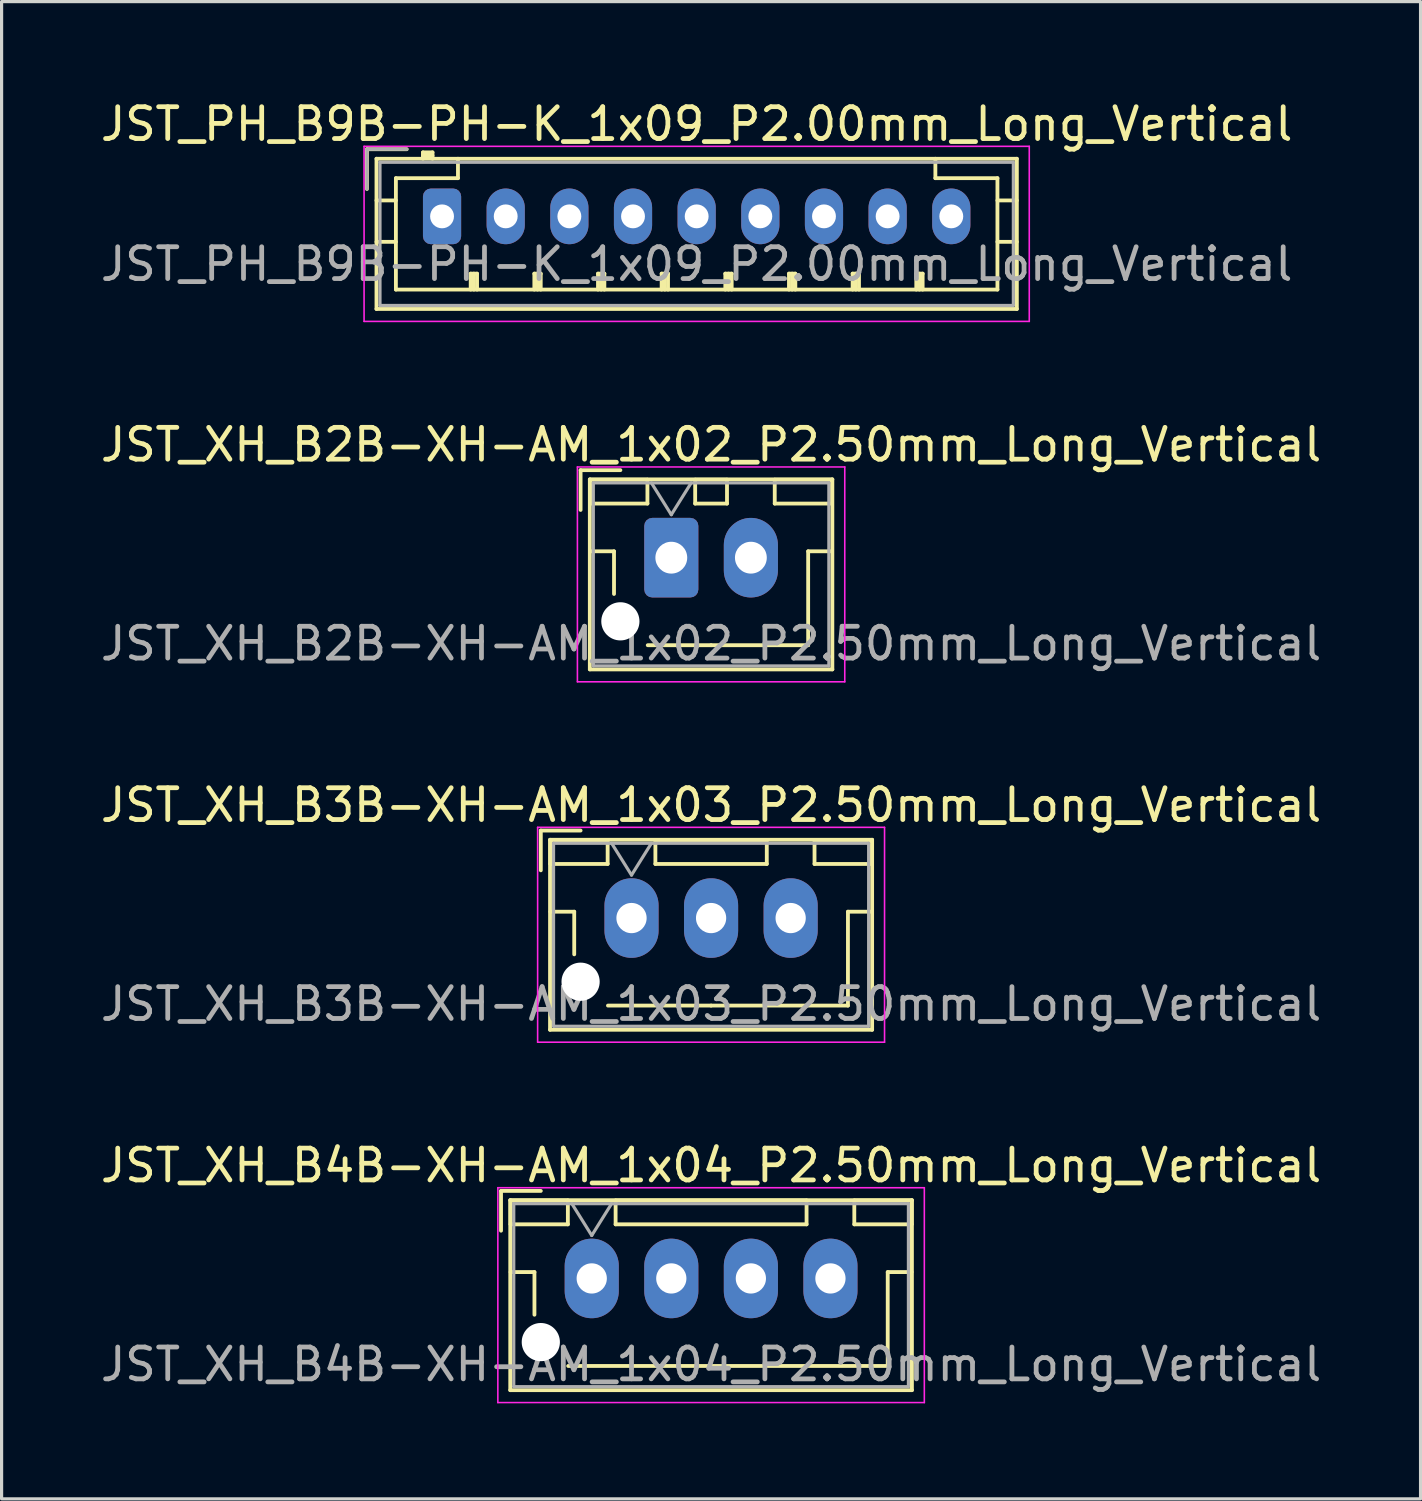
<source format=kicad_pcb>
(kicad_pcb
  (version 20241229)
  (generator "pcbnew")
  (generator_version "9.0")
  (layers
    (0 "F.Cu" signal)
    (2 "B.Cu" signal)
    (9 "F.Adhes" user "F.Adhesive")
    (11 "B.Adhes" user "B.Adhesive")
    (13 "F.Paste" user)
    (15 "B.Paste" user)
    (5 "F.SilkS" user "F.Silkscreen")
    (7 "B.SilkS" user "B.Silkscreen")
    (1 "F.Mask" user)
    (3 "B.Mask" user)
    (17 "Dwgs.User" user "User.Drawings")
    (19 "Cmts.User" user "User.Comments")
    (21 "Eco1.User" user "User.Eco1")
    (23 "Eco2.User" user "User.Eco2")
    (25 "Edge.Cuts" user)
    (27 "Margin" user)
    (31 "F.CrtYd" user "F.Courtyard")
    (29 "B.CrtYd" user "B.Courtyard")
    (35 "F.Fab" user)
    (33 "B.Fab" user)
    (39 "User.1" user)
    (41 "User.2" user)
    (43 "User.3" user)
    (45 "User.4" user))
  (footprint "JST_XH_B4B-XH-AM_1x04_P2.50mm_Long_Vertical"
    (layer "F.Cu")
    (at 15.542 37.118)
    (property "Reference" "JST_XH_B4B-XH-AM_1x04_P2.50mm_Long_Vertical" (at 3.75 -3.55 0) (layer "F.SilkS") (effects (font (size 1 1) (thickness 0.15))))
    (attr through_hole)
    (fp_line (start -2.85 -2.75) (end -2.85 -1.5) (stroke (width 0.12) (type solid)) (layer "F.SilkS"))
    (fp_line (start -2.56 -2.46) (end -2.56 3.51) (stroke (width 0.12) (type solid)) (layer "F.SilkS"))
    (fp_line (start -2.56 3.51) (end 10.06 3.51) (stroke (width 0.12) (type solid)) (layer "F.SilkS"))
    (fp_line (start -2.55 -2.45) (end -2.55 -1.7) (stroke (width 0.12) (type solid)) (layer "F.SilkS"))
    (fp_line (start -2.55 -1.7) (end -0.75 -1.7) (stroke (width 0.12) (type solid)) (layer "F.SilkS"))
    (fp_line (start -2.55 -0.2) (end -1.8 -0.2) (stroke (width 0.12) (type solid)) (layer "F.SilkS"))
    (fp_line (start -1.8 -0.2) (end -1.8 1.14) (stroke (width 0.12) (type solid)) (layer "F.SilkS"))
    (fp_line (start -1.6 -2.75) (end -2.85 -2.75) (stroke (width 0.12) (type solid)) (layer "F.SilkS"))
    (fp_line (start -0.75 -2.45) (end -2.55 -2.45) (stroke (width 0.12) (type solid)) (layer "F.SilkS"))
    (fp_line (start -0.75 -1.7) (end -0.75 -2.45) (stroke (width 0.12) (type solid)) (layer "F.SilkS"))
    (fp_line (start 0.75 -2.45) (end 0.75 -1.7) (stroke (width 0.12) (type solid)) (layer "F.SilkS"))
    (fp_line (start 0.75 -1.7) (end 6.75 -1.7) (stroke (width 0.12) (type solid)) (layer "F.SilkS"))
    (fp_line (start 3.75 2.75) (end -0.74 2.75) (stroke (width 0.12) (type solid)) (layer "F.SilkS"))
    (fp_line (start 6.75 -2.45) (end 0.75 -2.45) (stroke (width 0.12) (type solid)) (layer "F.SilkS"))
    (fp_line (start 6.75 -1.7) (end 6.75 -2.45) (stroke (width 0.12) (type solid)) (layer "F.SilkS"))
    (fp_line (start 8.25 -2.45) (end 8.25 -1.7) (stroke (width 0.12) (type solid)) (layer "F.SilkS"))
    (fp_line (start 8.25 -1.7) (end 10.05 -1.7) (stroke (width 0.12) (type solid)) (layer "F.SilkS"))
    (fp_line (start 9.3 -0.2) (end 9.3 2.75) (stroke (width 0.12) (type solid)) (layer "F.SilkS"))
    (fp_line (start 9.3 2.75) (end 3.75 2.75) (stroke (width 0.12) (type solid)) (layer "F.SilkS"))
    (fp_line (start 10.05 -2.45) (end 8.25 -2.45) (stroke (width 0.12) (type solid)) (layer "F.SilkS"))
    (fp_line (start 10.05 -1.7) (end 10.05 -2.45) (stroke (width 0.12) (type solid)) (layer "F.SilkS"))
    (fp_line (start 10.05 -0.2) (end 9.3 -0.2) (stroke (width 0.12) (type solid)) (layer "F.SilkS"))
    (fp_line (start 10.06 -2.46) (end -2.56 -2.46) (stroke (width 0.12) (type solid)) (layer "F.SilkS"))
    (fp_line (start 10.06 3.51) (end 10.06 -2.46) (stroke (width 0.12) (type solid)) (layer "F.SilkS"))
    (fp_line (start -2.95 -2.85) (end -2.95 3.9) (stroke (width 0.05) (type solid)) (layer "F.CrtYd"))
    (fp_line (start -2.95 3.9) (end 10.45 3.9) (stroke (width 0.05) (type solid)) (layer "F.CrtYd"))
    (fp_line (start 10.45 -2.85) (end -2.95 -2.85) (stroke (width 0.05) (type solid)) (layer "F.CrtYd"))
    (fp_line (start 10.45 3.9) (end 10.45 -2.85) (stroke (width 0.05) (type solid)) (layer "F.CrtYd"))
    (fp_line (start -2.45 -2.35) (end -2.45 3.4) (stroke (width 0.1) (type solid)) (layer "F.Fab"))
    (fp_line (start -2.45 3.4) (end 9.95 3.4) (stroke (width 0.1) (type solid)) (layer "F.Fab"))
    (fp_line (start -0.625 -2.35) (end 0 -1.35) (stroke (width 0.1) (type solid)) (layer "F.Fab"))
    (fp_line (start 0 -1.35) (end 0.625 -2.35) (stroke (width 0.1) (type solid)) (layer "F.Fab"))
    (fp_line (start 9.95 -2.35) (end -2.45 -2.35) (stroke (width 0.1) (type solid)) (layer "F.Fab"))
    (fp_line (start 9.95 3.4) (end 9.95 -2.35) (stroke (width 0.1) (type solid)) (layer "F.Fab"))
    (fp_text user "${REFERENCE}" (at 3.75 2.7 0) (layer "F.Fab") (effects (font (size 1 1) (thickness 0.15))))
    (pad "" np_thru_hole circle (at -1.6 2) (size 1.2 1.2) (drill 1.2) (layers "*.Cu" "*.Mask"))
    (pad "1" thru_hole oval (at 0 0) (size 1.7 2.5) (drill 0.95) (layers "*.Cu" "*.Mask"))
    (pad "2" thru_hole oval (at 2.5 0) (size 1.7 2.5) (drill 0.95) (layers "*.Cu" "*.Mask"))
    (pad "3" thru_hole oval (at 5 0) (size 1.7 2.5) (drill 0.95) (layers "*.Cu" "*.Mask"))
    (pad "4" thru_hole oval (at 7.5 0) (size 1.7 2.5) (drill 0.95) (layers "*.Cu" "*.Mask")))
  (footprint "JST_XH_B3B-XH-AM_1x03_P2.50mm_Long_Vertical"
    (layer "F.Cu")
    (at 16.792 25.795)
    (property "Reference" "JST_XH_B3B-XH-AM_1x03_P2.50mm_Long_Vertical" (at 2.5 -3.55 0) (layer "F.SilkS") (effects (font (size 1 1) (thickness 0.15))))
    (attr through_hole)
    (fp_line (start -2.85 -2.75) (end -2.85 -1.5) (stroke (width 0.12) (type solid)) (layer "F.SilkS"))
    (fp_line (start -2.56 -2.46) (end -2.56 3.51) (stroke (width 0.12) (type solid)) (layer "F.SilkS"))
    (fp_line (start -2.56 3.51) (end 7.56 3.51) (stroke (width 0.12) (type solid)) (layer "F.SilkS"))
    (fp_line (start -2.55 -2.45) (end -2.55 -1.7) (stroke (width 0.12) (type solid)) (layer "F.SilkS"))
    (fp_line (start -2.55 -1.7) (end -0.75 -1.7) (stroke (width 0.12) (type solid)) (layer "F.SilkS"))
    (fp_line (start -2.55 -0.2) (end -1.8 -0.2) (stroke (width 0.12) (type solid)) (layer "F.SilkS"))
    (fp_line (start -1.8 -0.2) (end -1.8 1.14) (stroke (width 0.12) (type solid)) (layer "F.SilkS"))
    (fp_line (start -1.6 -2.75) (end -2.85 -2.75) (stroke (width 0.12) (type solid)) (layer "F.SilkS"))
    (fp_line (start -0.75 -2.45) (end -2.55 -2.45) (stroke (width 0.12) (type solid)) (layer "F.SilkS"))
    (fp_line (start -0.75 -1.7) (end -0.75 -2.45) (stroke (width 0.12) (type solid)) (layer "F.SilkS"))
    (fp_line (start 0.75 -2.45) (end 0.75 -1.7) (stroke (width 0.12) (type solid)) (layer "F.SilkS"))
    (fp_line (start 0.75 -1.7) (end 4.25 -1.7) (stroke (width 0.12) (type solid)) (layer "F.SilkS"))
    (fp_line (start 2.5 2.75) (end -0.74 2.75) (stroke (width 0.12) (type solid)) (layer "F.SilkS"))
    (fp_line (start 4.25 -2.45) (end 0.75 -2.45) (stroke (width 0.12) (type solid)) (layer "F.SilkS"))
    (fp_line (start 4.25 -1.7) (end 4.25 -2.45) (stroke (width 0.12) (type solid)) (layer "F.SilkS"))
    (fp_line (start 5.75 -2.45) (end 5.75 -1.7) (stroke (width 0.12) (type solid)) (layer "F.SilkS"))
    (fp_line (start 5.75 -1.7) (end 7.55 -1.7) (stroke (width 0.12) (type solid)) (layer "F.SilkS"))
    (fp_line (start 6.8 -0.2) (end 6.8 2.75) (stroke (width 0.12) (type solid)) (layer "F.SilkS"))
    (fp_line (start 6.8 2.75) (end 2.5 2.75) (stroke (width 0.12) (type solid)) (layer "F.SilkS"))
    (fp_line (start 7.55 -2.45) (end 5.75 -2.45) (stroke (width 0.12) (type solid)) (layer "F.SilkS"))
    (fp_line (start 7.55 -1.7) (end 7.55 -2.45) (stroke (width 0.12) (type solid)) (layer "F.SilkS"))
    (fp_line (start 7.55 -0.2) (end 6.8 -0.2) (stroke (width 0.12) (type solid)) (layer "F.SilkS"))
    (fp_line (start 7.56 -2.46) (end -2.56 -2.46) (stroke (width 0.12) (type solid)) (layer "F.SilkS"))
    (fp_line (start 7.56 3.51) (end 7.56 -2.46) (stroke (width 0.12) (type solid)) (layer "F.SilkS"))
    (fp_line (start -2.95 -2.85) (end -2.95 3.9) (stroke (width 0.05) (type solid)) (layer "F.CrtYd"))
    (fp_line (start -2.95 3.9) (end 7.95 3.9) (stroke (width 0.05) (type solid)) (layer "F.CrtYd"))
    (fp_line (start 7.95 -2.85) (end -2.95 -2.85) (stroke (width 0.05) (type solid)) (layer "F.CrtYd"))
    (fp_line (start 7.95 3.9) (end 7.95 -2.85) (stroke (width 0.05) (type solid)) (layer "F.CrtYd"))
    (fp_line (start -2.45 -2.35) (end -2.45 3.4) (stroke (width 0.1) (type solid)) (layer "F.Fab"))
    (fp_line (start -2.45 3.4) (end 7.45 3.4) (stroke (width 0.1) (type solid)) (layer "F.Fab"))
    (fp_line (start -0.625 -2.35) (end 0 -1.35) (stroke (width 0.1) (type solid)) (layer "F.Fab"))
    (fp_line (start 0 -1.35) (end 0.625 -2.35) (stroke (width 0.1) (type solid)) (layer "F.Fab"))
    (fp_line (start 7.45 -2.35) (end -2.45 -2.35) (stroke (width 0.1) (type solid)) (layer "F.Fab"))
    (fp_line (start 7.45 3.4) (end 7.45 -2.35) (stroke (width 0.1) (type solid)) (layer "F.Fab"))
    (fp_text user "${REFERENCE}" (at 2.5 2.7 0) (layer "F.Fab") (effects (font (size 1 1) (thickness 0.15))))
    (pad "" np_thru_hole circle (at -1.6 2) (size 1.2 1.2) (drill 1.2) (layers "*.Cu" "*.Mask"))
    (pad "1" thru_hole oval (at 0 0) (size 1.7 2.5) (drill 0.95) (layers "*.Cu" "*.Mask"))
    (pad "2" thru_hole oval (at 2.5 0) (size 1.7 2.5) (drill 0.95) (layers "*.Cu" "*.Mask"))
    (pad "3" thru_hole oval (at 5 0) (size 1.7 2.5) (drill 0.95) (layers "*.Cu" "*.Mask")))
  (footprint "JST_PH_B9B-PH-K_1x09_P2.00mm_Long_Vertical"
    (layer "F.Cu")
    (at 10.839 3.748)
    (property "Reference" "JST_PH_B9B-PH-K_1x09_P2.00mm_Long_Vertical" (at 8 -2.9 0) (layer "F.SilkS") (effects (font (size 1 1) (thickness 0.15))))
    (attr through_hole)
    (fp_line (start -2.36 -2.11) (end -2.36 -0.86) (stroke (width 0.12) (type solid)) (layer "F.SilkS"))
    (fp_line (start -2.06 -1.81) (end -2.06 2.91) (stroke (width 0.12) (type solid)) (layer "F.SilkS"))
    (fp_line (start -2.06 -0.5) (end -1.45 -0.5) (stroke (width 0.12) (type solid)) (layer "F.SilkS"))
    (fp_line (start -2.06 0.8) (end -1.45 0.8) (stroke (width 0.12) (type solid)) (layer "F.SilkS"))
    (fp_line (start -2.06 2.91) (end 18.06 2.91) (stroke (width 0.12) (type solid)) (layer "F.SilkS"))
    (fp_line (start -1.45 -1.2) (end -1.45 2.3) (stroke (width 0.12) (type solid)) (layer "F.SilkS"))
    (fp_line (start -1.45 2.3) (end 17.45 2.3) (stroke (width 0.12) (type solid)) (layer "F.SilkS"))
    (fp_line (start -1.11 -2.11) (end -2.36 -2.11) (stroke (width 0.12) (type solid)) (layer "F.SilkS"))
    (fp_line (start -0.6 -2.01) (end -0.6 -1.81) (stroke (width 0.12) (type solid)) (layer "F.SilkS"))
    (fp_line (start -0.3 -2.01) (end -0.6 -2.01) (stroke (width 0.12) (type solid)) (layer "F.SilkS"))
    (fp_line (start -0.3 -1.91) (end -0.6 -1.91) (stroke (width 0.12) (type solid)) (layer "F.SilkS"))
    (fp_line (start -0.3 -1.81) (end -0.3 -2.01) (stroke (width 0.12) (type solid)) (layer "F.SilkS"))
    (fp_line (start 0.5 -1.81) (end 0.5 -1.2) (stroke (width 0.12) (type solid)) (layer "F.SilkS"))
    (fp_line (start 0.5 -1.2) (end -1.45 -1.2) (stroke (width 0.12) (type solid)) (layer "F.SilkS"))
    (fp_line (start 0.9 1.8) (end 1.1 1.8) (stroke (width 0.12) (type solid)) (layer "F.SilkS"))
    (fp_line (start 0.9 2.3) (end 0.9 1.8) (stroke (width 0.12) (type solid)) (layer "F.SilkS"))
    (fp_line (start 1 2.3) (end 1 1.8) (stroke (width 0.12) (type solid)) (layer "F.SilkS"))
    (fp_line (start 1.1 1.8) (end 1.1 2.3) (stroke (width 0.12) (type solid)) (layer "F.SilkS"))
    (fp_line (start 2.9 1.8) (end 3.1 1.8) (stroke (width 0.12) (type solid)) (layer "F.SilkS"))
    (fp_line (start 2.9 2.3) (end 2.9 1.8) (stroke (width 0.12) (type solid)) (layer "F.SilkS"))
    (fp_line (start 3 2.3) (end 3 1.8) (stroke (width 0.12) (type solid)) (layer "F.SilkS"))
    (fp_line (start 3.1 1.8) (end 3.1 2.3) (stroke (width 0.12) (type solid)) (layer "F.SilkS"))
    (fp_line (start 4.9 1.8) (end 5.1 1.8) (stroke (width 0.12) (type solid)) (layer "F.SilkS"))
    (fp_line (start 4.9 2.3) (end 4.9 1.8) (stroke (width 0.12) (type solid)) (layer "F.SilkS"))
    (fp_line (start 5 2.3) (end 5 1.8) (stroke (width 0.12) (type solid)) (layer "F.SilkS"))
    (fp_line (start 5.1 1.8) (end 5.1 2.3) (stroke (width 0.12) (type solid)) (layer "F.SilkS"))
    (fp_line (start 6.9 1.8) (end 7.1 1.8) (stroke (width 0.12) (type solid)) (layer "F.SilkS"))
    (fp_line (start 6.9 2.3) (end 6.9 1.8) (stroke (width 0.12) (type solid)) (layer "F.SilkS"))
    (fp_line (start 7 2.3) (end 7 1.8) (stroke (width 0.12) (type solid)) (layer "F.SilkS"))
    (fp_line (start 7.1 1.8) (end 7.1 2.3) (stroke (width 0.12) (type solid)) (layer "F.SilkS"))
    (fp_line (start 8.9 1.8) (end 9.1 1.8) (stroke (width 0.12) (type solid)) (layer "F.SilkS"))
    (fp_line (start 8.9 2.3) (end 8.9 1.8) (stroke (width 0.12) (type solid)) (layer "F.SilkS"))
    (fp_line (start 9 2.3) (end 9 1.8) (stroke (width 0.12) (type solid)) (layer "F.SilkS"))
    (fp_line (start 9.1 1.8) (end 9.1 2.3) (stroke (width 0.12) (type solid)) (layer "F.SilkS"))
    (fp_line (start 10.9 1.8) (end 11.1 1.8) (stroke (width 0.12) (type solid)) (layer "F.SilkS"))
    (fp_line (start 10.9 2.3) (end 10.9 1.8) (stroke (width 0.12) (type solid)) (layer "F.SilkS"))
    (fp_line (start 11 2.3) (end 11 1.8) (stroke (width 0.12) (type solid)) (layer "F.SilkS"))
    (fp_line (start 11.1 1.8) (end 11.1 2.3) (stroke (width 0.12) (type solid)) (layer "F.SilkS"))
    (fp_line (start 12.9 1.8) (end 13.1 1.8) (stroke (width 0.12) (type solid)) (layer "F.SilkS"))
    (fp_line (start 12.9 2.3) (end 12.9 1.8) (stroke (width 0.12) (type solid)) (layer "F.SilkS"))
    (fp_line (start 13 2.3) (end 13 1.8) (stroke (width 0.12) (type solid)) (layer "F.SilkS"))
    (fp_line (start 13.1 1.8) (end 13.1 2.3) (stroke (width 0.12) (type solid)) (layer "F.SilkS"))
    (fp_line (start 14.9 1.8) (end 15.1 1.8) (stroke (width 0.12) (type solid)) (layer "F.SilkS"))
    (fp_line (start 14.9 2.3) (end 14.9 1.8) (stroke (width 0.12) (type solid)) (layer "F.SilkS"))
    (fp_line (start 15 2.3) (end 15 1.8) (stroke (width 0.12) (type solid)) (layer "F.SilkS"))
    (fp_line (start 15.1 1.8) (end 15.1 2.3) (stroke (width 0.12) (type solid)) (layer "F.SilkS"))
    (fp_line (start 15.5 -1.2) (end 15.5 -1.81) (stroke (width 0.12) (type solid)) (layer "F.SilkS"))
    (fp_line (start 17.45 -1.2) (end 15.5 -1.2) (stroke (width 0.12) (type solid)) (layer "F.SilkS"))
    (fp_line (start 17.45 2.3) (end 17.45 -1.2) (stroke (width 0.12) (type solid)) (layer "F.SilkS"))
    (fp_line (start 18.06 -1.81) (end -2.06 -1.81) (stroke (width 0.12) (type solid)) (layer "F.SilkS"))
    (fp_line (start 18.06 -0.5) (end 17.45 -0.5) (stroke (width 0.12) (type solid)) (layer "F.SilkS"))
    (fp_line (start 18.06 0.8) (end 17.45 0.8) (stroke (width 0.12) (type solid)) (layer "F.SilkS"))
    (fp_line (start 18.06 2.91) (end 18.06 -1.81) (stroke (width 0.12) (type solid)) (layer "F.SilkS"))
    (fp_line (start -2.45 -2.2) (end -2.45 3.3) (stroke (width 0.05) (type solid)) (layer "F.CrtYd"))
    (fp_line (start -2.45 3.3) (end 18.45 3.3) (stroke (width 0.05) (type solid)) (layer "F.CrtYd"))
    (fp_line (start 18.45 -2.2) (end -2.45 -2.2) (stroke (width 0.05) (type solid)) (layer "F.CrtYd"))
    (fp_line (start 18.45 3.3) (end 18.45 -2.2) (stroke (width 0.05) (type solid)) (layer "F.CrtYd"))
    (fp_line (start -2.36 -2.11) (end -2.36 -0.86) (stroke (width 0.1) (type solid)) (layer "F.Fab"))
    (fp_line (start -1.95 -1.7) (end -1.95 2.8) (stroke (width 0.1) (type solid)) (layer "F.Fab"))
    (fp_line (start -1.95 2.8) (end 17.95 2.8) (stroke (width 0.1) (type solid)) (layer "F.Fab"))
    (fp_line (start -1.11 -2.11) (end -2.36 -2.11) (stroke (width 0.1) (type solid)) (layer "F.Fab"))
    (fp_line (start 17.95 -1.7) (end -1.95 -1.7) (stroke (width 0.1) (type solid)) (layer "F.Fab"))
    (fp_line (start 17.95 2.8) (end 17.95 -1.7) (stroke (width 0.1) (type solid)) (layer "F.Fab"))
    (fp_text user "${REFERENCE}" (at 8 1.5 0) (layer "F.Fab") (effects (font (size 1 1) (thickness 0.15))))
    (pad "1" thru_hole roundrect (at 0 0) (size 1.2 1.75) (drill 0.75) (layers "*.Cu" "*.Mask") (roundrect_rratio 0.208))
    (pad "2" thru_hole oval (at 2 0) (size 1.2 1.75) (drill 0.75) (layers "*.Cu" "*.Mask"))
    (pad "3" thru_hole oval (at 4 0) (size 1.2 1.75) (drill 0.75) (layers "*.Cu" "*.Mask"))
    (pad "4" thru_hole oval (at 6 0) (size 1.2 1.75) (drill 0.75) (layers "*.Cu" "*.Mask"))
    (pad "5" thru_hole oval (at 8 0) (size 1.2 1.75) (drill 0.75) (layers "*.Cu" "*.Mask"))
    (pad "6" thru_hole oval (at 10 0) (size 1.2 1.75) (drill 0.75) (layers "*.Cu" "*.Mask"))
    (pad "7" thru_hole oval (at 12 0) (size 1.2 1.75) (drill 0.75) (layers "*.Cu" "*.Mask"))
    (pad "8" thru_hole oval (at 14 0) (size 1.2 1.75) (drill 0.75) (layers "*.Cu" "*.Mask"))
    (pad "9" thru_hole oval (at 16 0) (size 1.2 1.75) (drill 0.75) (layers "*.Cu" "*.Mask")))
  (footprint "JST_XH_B2B-XH-AM_1x02_P2.50mm_Long_Vertical"
    (layer "F.Cu")
    (at 18.042 14.472)
    (property "Reference" "JST_XH_B2B-XH-AM_1x02_P2.50mm_Long_Vertical" (at 1.25 -3.55 0) (layer "F.SilkS") (effects (font (size 1 1) (thickness 0.15))))
    (attr through_hole)
    (fp_line (start -2.85 -2.75) (end -2.85 -1.5) (stroke (width 0.12) (type solid)) (layer "F.SilkS"))
    (fp_line (start -2.56 -2.46) (end -2.56 3.51) (stroke (width 0.12) (type solid)) (layer "F.SilkS"))
    (fp_line (start -2.56 3.51) (end 5.06 3.51) (stroke (width 0.12) (type solid)) (layer "F.SilkS"))
    (fp_line (start -2.55 -2.45) (end -2.55 -1.7) (stroke (width 0.12) (type solid)) (layer "F.SilkS"))
    (fp_line (start -2.55 -1.7) (end -0.75 -1.7) (stroke (width 0.12) (type solid)) (layer "F.SilkS"))
    (fp_line (start -2.55 -0.2) (end -1.8 -0.2) (stroke (width 0.12) (type solid)) (layer "F.SilkS"))
    (fp_line (start -1.8 -0.2) (end -1.8 1.14) (stroke (width 0.12) (type solid)) (layer "F.SilkS"))
    (fp_line (start -1.6 -2.75) (end -2.85 -2.75) (stroke (width 0.12) (type solid)) (layer "F.SilkS"))
    (fp_line (start -0.75 -2.45) (end -2.55 -2.45) (stroke (width 0.12) (type solid)) (layer "F.SilkS"))
    (fp_line (start -0.75 -1.7) (end -0.75 -2.45) (stroke (width 0.12) (type solid)) (layer "F.SilkS"))
    (fp_line (start 0.75 -2.45) (end 0.75 -1.7) (stroke (width 0.12) (type solid)) (layer "F.SilkS"))
    (fp_line (start 0.75 -1.7) (end 1.75 -1.7) (stroke (width 0.12) (type solid)) (layer "F.SilkS"))
    (fp_line (start 1.25 2.75) (end -0.74 2.75) (stroke (width 0.12) (type solid)) (layer "F.SilkS"))
    (fp_line (start 1.75 -2.45) (end 0.75 -2.45) (stroke (width 0.12) (type solid)) (layer "F.SilkS"))
    (fp_line (start 1.75 -1.7) (end 1.75 -2.45) (stroke (width 0.12) (type solid)) (layer "F.SilkS"))
    (fp_line (start 3.25 -2.45) (end 3.25 -1.7) (stroke (width 0.12) (type solid)) (layer "F.SilkS"))
    (fp_line (start 3.25 -1.7) (end 5.05 -1.7) (stroke (width 0.12) (type solid)) (layer "F.SilkS"))
    (fp_line (start 4.3 -0.2) (end 4.3 2.75) (stroke (width 0.12) (type solid)) (layer "F.SilkS"))
    (fp_line (start 4.3 2.75) (end 1.25 2.75) (stroke (width 0.12) (type solid)) (layer "F.SilkS"))
    (fp_line (start 5.05 -2.45) (end 3.25 -2.45) (stroke (width 0.12) (type solid)) (layer "F.SilkS"))
    (fp_line (start 5.05 -1.7) (end 5.05 -2.45) (stroke (width 0.12) (type solid)) (layer "F.SilkS"))
    (fp_line (start 5.05 -0.2) (end 4.3 -0.2) (stroke (width 0.12) (type solid)) (layer "F.SilkS"))
    (fp_line (start 5.06 -2.46) (end -2.56 -2.46) (stroke (width 0.12) (type solid)) (layer "F.SilkS"))
    (fp_line (start 5.06 3.51) (end 5.06 -2.46) (stroke (width 0.12) (type solid)) (layer "F.SilkS"))
    (fp_line (start -2.95 -2.85) (end -2.95 3.9) (stroke (width 0.05) (type solid)) (layer "F.CrtYd"))
    (fp_line (start -2.95 3.9) (end 5.45 3.9) (stroke (width 0.05) (type solid)) (layer "F.CrtYd"))
    (fp_line (start 5.45 -2.85) (end -2.95 -2.85) (stroke (width 0.05) (type solid)) (layer "F.CrtYd"))
    (fp_line (start 5.45 3.9) (end 5.45 -2.85) (stroke (width 0.05) (type solid)) (layer "F.CrtYd"))
    (fp_line (start -2.45 -2.35) (end -2.45 3.4) (stroke (width 0.1) (type solid)) (layer "F.Fab"))
    (fp_line (start -2.45 3.4) (end 4.95 3.4) (stroke (width 0.1) (type solid)) (layer "F.Fab"))
    (fp_line (start -0.625 -2.35) (end 0 -1.35) (stroke (width 0.1) (type solid)) (layer "F.Fab"))
    (fp_line (start 0 -1.35) (end 0.625 -2.35) (stroke (width 0.1) (type solid)) (layer "F.Fab"))
    (fp_line (start 4.95 -2.35) (end -2.45 -2.35) (stroke (width 0.1) (type solid)) (layer "F.Fab"))
    (fp_line (start 4.95 3.4) (end 4.95 -2.35) (stroke (width 0.1) (type solid)) (layer "F.Fab"))
    (fp_text user "${REFERENCE}" (at 1.25 2.7 0) (layer "F.Fab") (effects (font (size 1 1) (thickness 0.15))))
    (pad "" np_thru_hole circle (at -1.6 2) (size 1.2 1.2) (drill 1.2) (layers "*.Cu" "*.Mask"))
    (pad "1" thru_hole roundrect (at 0 0) (size 1.7 2.5) (drill 1) (layers "*.Cu" "*.Mask") (roundrect_rratio 0.147))
    (pad "2" thru_hole oval (at 2.5 0) (size 1.7 2.5) (drill 1) (layers "*.Cu" "*.Mask")))
  (gr_rect
    (start -3 -3)
    (end 41.583 44.043)
    (stroke (width 0.1) (type default))
    (fill no)
    (layer "Edge.Cuts")))
</source>
